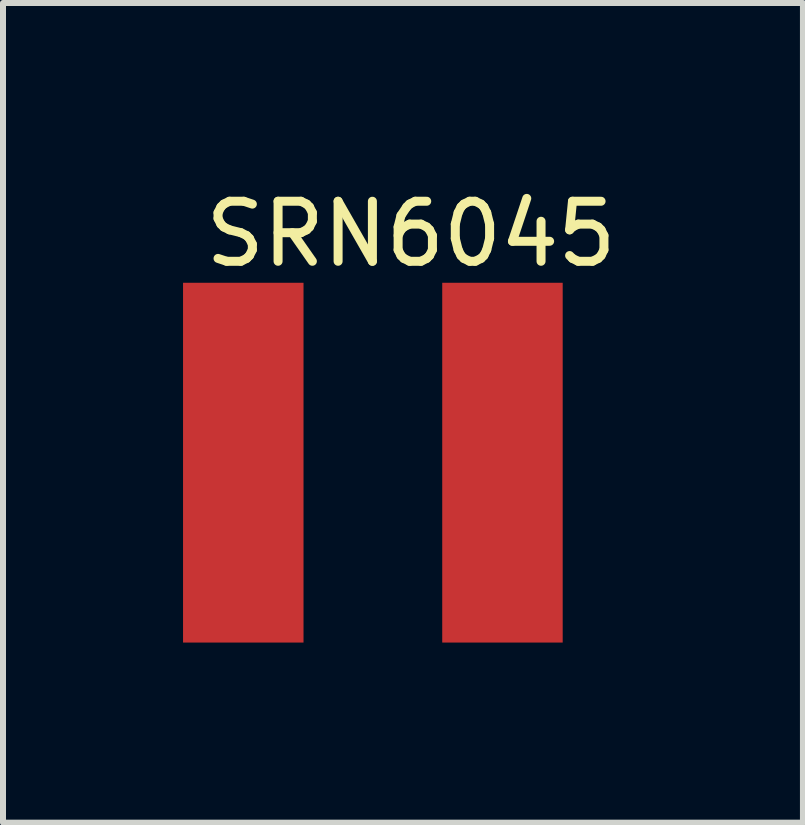
<source format=kicad_pcb>
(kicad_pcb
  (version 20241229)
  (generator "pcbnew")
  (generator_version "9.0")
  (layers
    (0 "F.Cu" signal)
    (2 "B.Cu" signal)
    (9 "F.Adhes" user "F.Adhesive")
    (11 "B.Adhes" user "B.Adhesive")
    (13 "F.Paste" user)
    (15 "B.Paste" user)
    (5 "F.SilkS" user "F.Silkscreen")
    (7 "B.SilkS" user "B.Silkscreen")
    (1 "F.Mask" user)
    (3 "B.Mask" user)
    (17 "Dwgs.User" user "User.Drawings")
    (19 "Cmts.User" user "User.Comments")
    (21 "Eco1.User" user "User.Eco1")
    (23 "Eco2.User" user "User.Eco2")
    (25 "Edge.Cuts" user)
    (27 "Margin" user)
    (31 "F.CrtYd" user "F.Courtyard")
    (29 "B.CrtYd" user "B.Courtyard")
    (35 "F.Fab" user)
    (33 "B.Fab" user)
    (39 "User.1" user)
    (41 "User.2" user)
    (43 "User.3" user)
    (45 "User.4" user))
  (footprint "SRN6045"
    (layer "F.Cu")
    (at 1.003 4.658)
    (property "Reference" "SRN6045" (at 2.794 -3.81 0) (layer "F.SilkS") (effects (font (size 1 1) (thickness 0.15))))
    (attr through_hole)
    (pad "1" smd rect (at 0 0) (size 2.007 5.994) (layers "F.Cu" "F.Mask" "F.Paste"))
    (pad "2" smd rect (at 4.318 0) (size 2.007 5.994) (layers "F.Cu" "F.Mask" "F.Paste")))
  (gr_rect
    (start -3 -3)
    (end 10.327 10.655)
    (stroke (width 0.1) (type default))
    (fill no)
    (layer "Edge.Cuts")))
</source>
